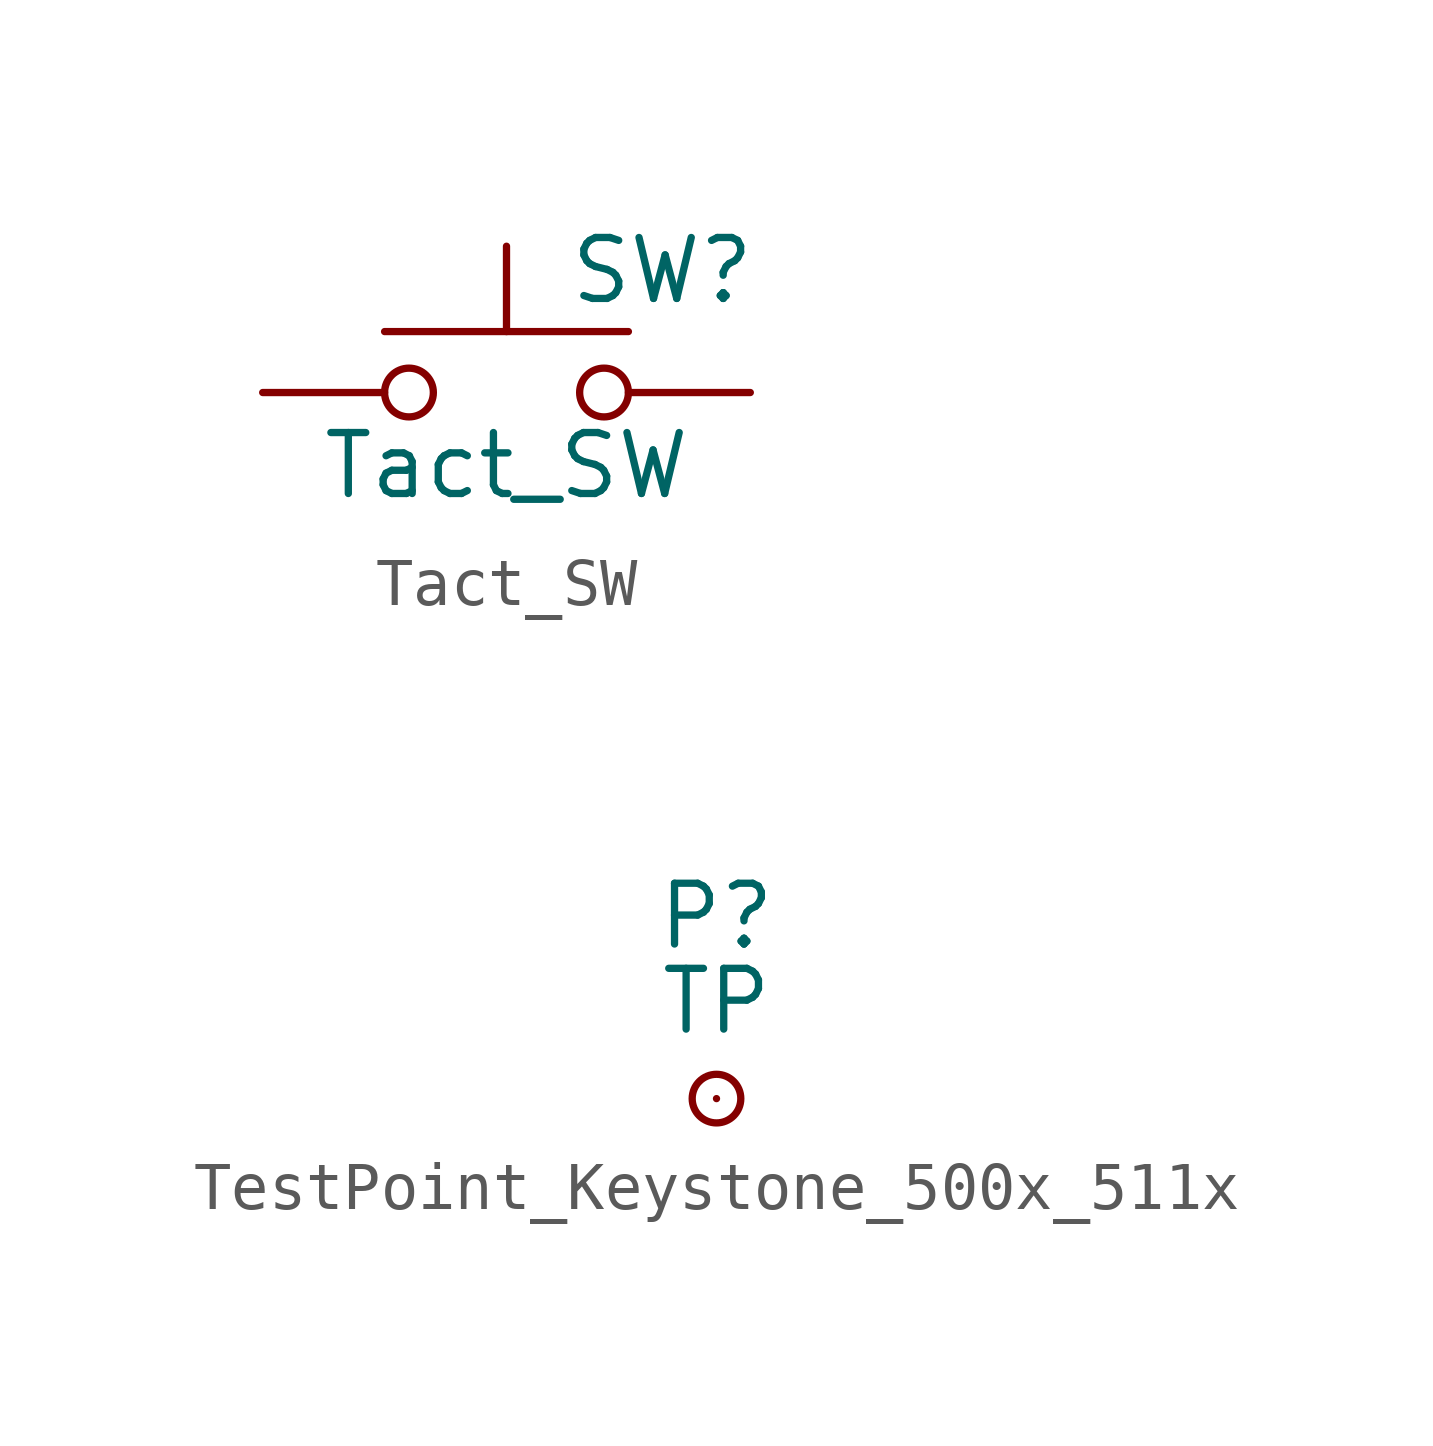
<source format=kicad_sym>
(kicad_symbol_lib
  (version 20231120)
  (generator "kicad_symbol_editor")
  (generator_version "8.0")
  (symbol "Tact_SW"
    (pin_numbers hide)
    (pin_names
      (offset 1.016) hide)
    (property "Reference" "SW"
      (at 1.27 2.54 0)
      (effects (font (size 1.27 1.27)) (justify left)))
    (property "Value" "Tact_SW"
      (at 0 -1.524 0)
      (effects (font (size 1.27 1.27))))
    (symbol "Tact_SW_0_1"
      (circle (center -2.032 0) (radius 0.508) (stroke (width 0) (type default)) (fill (type none)))
      (polyline (pts (xy 0 1.27) (xy 0 3.048)) (stroke (width 0) (type default)) (fill (type none)))
      (polyline (pts (xy 2.54 1.27) (xy -2.54 1.27)) (stroke (width 0) (type default)) (fill (type none)))
      (circle (center 2.032 0) (radius 0.508) (stroke (width 0) (type default)) (fill (type none)))
      (pin passive line (at -5.08 0 0) (length 2.54) (name "1" (effects (font (size 1.27 1.27)))) (number "1" (effects (font (size 1.27 1.27)))))
      (pin passive line (at 5.08 0 180) (length 2.54) (name "2" (effects (font (size 1.27 1.27)))) (number "2" (effects (font (size 1.27 1.27)))))))
  (symbol "TestPoint_Keystone_500x_511x"
    (pin_numbers hide)
    (pin_names
      (offset 0.762) hide)
    (property "Reference" "P"
      (at 0 3.81 0)
      (effects (font (size 1.27 1.27))))
    (property "Value" "TP"
      (at 0 2.032 0)
      (effects (font (size 1.27 1.27))))
    (symbol "TestPoint_Keystone_500x_511x_0_1"
      (circle (center 0 0) (radius 0.508) (stroke (width 0) (type default)) (fill (type none))))
    (symbol "TestPoint_Keystone_500x_511x_1_1"
      (pin passive line (at 0 0 90) (length 0) (name "1" (effects (font (size 1.27 1.27)))) (number "1" (effects (font (size 1.27 1.27))))))))
</source>
